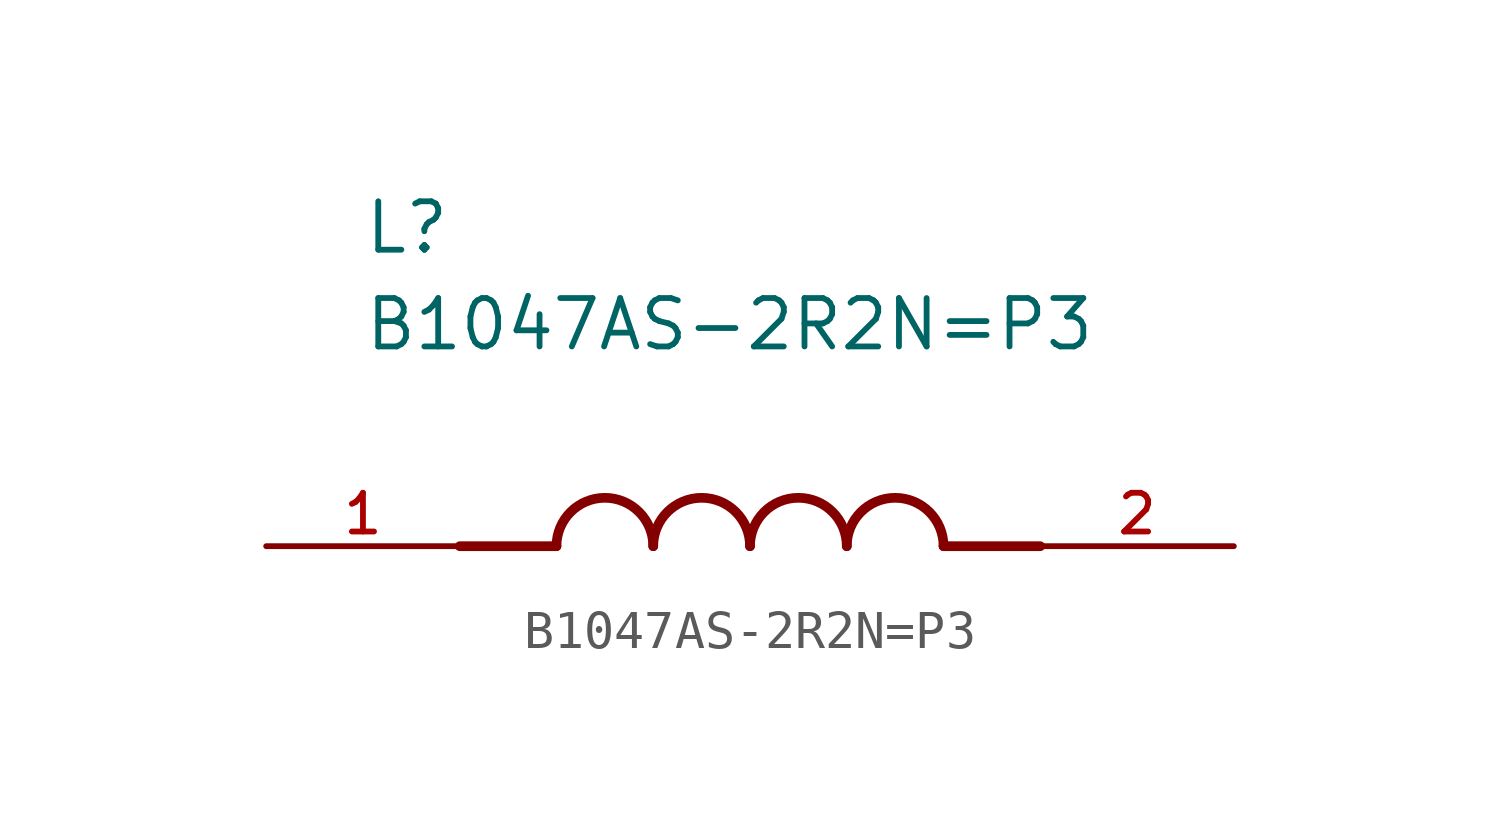
<source format=kicad_sym>
(kicad_symbol_lib
  (version 20211014)
  (generator kicad_symbol_editor)
  (symbol "B1047AS-2R2N=P3"
    (pin_names
      (offset 1.016))
    (property "Reference" "L"
      (at -10.16 7.62 0)
      (effects (font (size 1.27 1.27)) (justify bottom left)))
    (property "Value" "B1047AS-2R2N=P3"
      (at -10.16 5.08 0)
      (effects (font (size 1.27 1.27)) (justify bottom left)))
    (symbol "B1047AS-2R2N=P3_0_0"
      (polyline (pts (xy -5.08 0.0) (xy -7.62 0.0)) (stroke (width 0.254)))
      (polyline (pts (xy 5.08 0.0) (xy 7.62 0.0)) (stroke (width 0.254)))
      (arc (start -2.54 0.0) (mid -3.81 1.27) (end -5.08 0.0) (stroke (width 0.254) (type default) (color 0 0 0 0)) (fill (type none)))
      (arc (start 0.0 0.0) (mid -1.27 1.27) (end -2.54 0.0) (stroke (width 0.254) (type default) (color 0 0 0 0)) (fill (type none)))
      (arc (start 2.54 0.0) (mid 1.27 1.27) (end 0.0 0.0) (stroke (width 0.254) (type default) (color 0 0 0 0)) (fill (type none)))
      (arc (start 5.08 0.0) (mid 3.81 1.27) (end 2.54 0.0) (stroke (width 0.254) (type default) (color 0 0 0 0)) (fill (type none)))
      (pin passive line (at -12.7 0.0 0) (length 5.08) (name "~" (effects (font (size 1.016 1.016)))) (number "1" (effects (font (size 1.016 1.016)))))
      (pin passive line (at 12.7 0.0 180.0) (length 5.08) (name "~" (effects (font (size 1.016 1.016)))) (number "2" (effects (font (size 1.016 1.016))))))))
</source>
